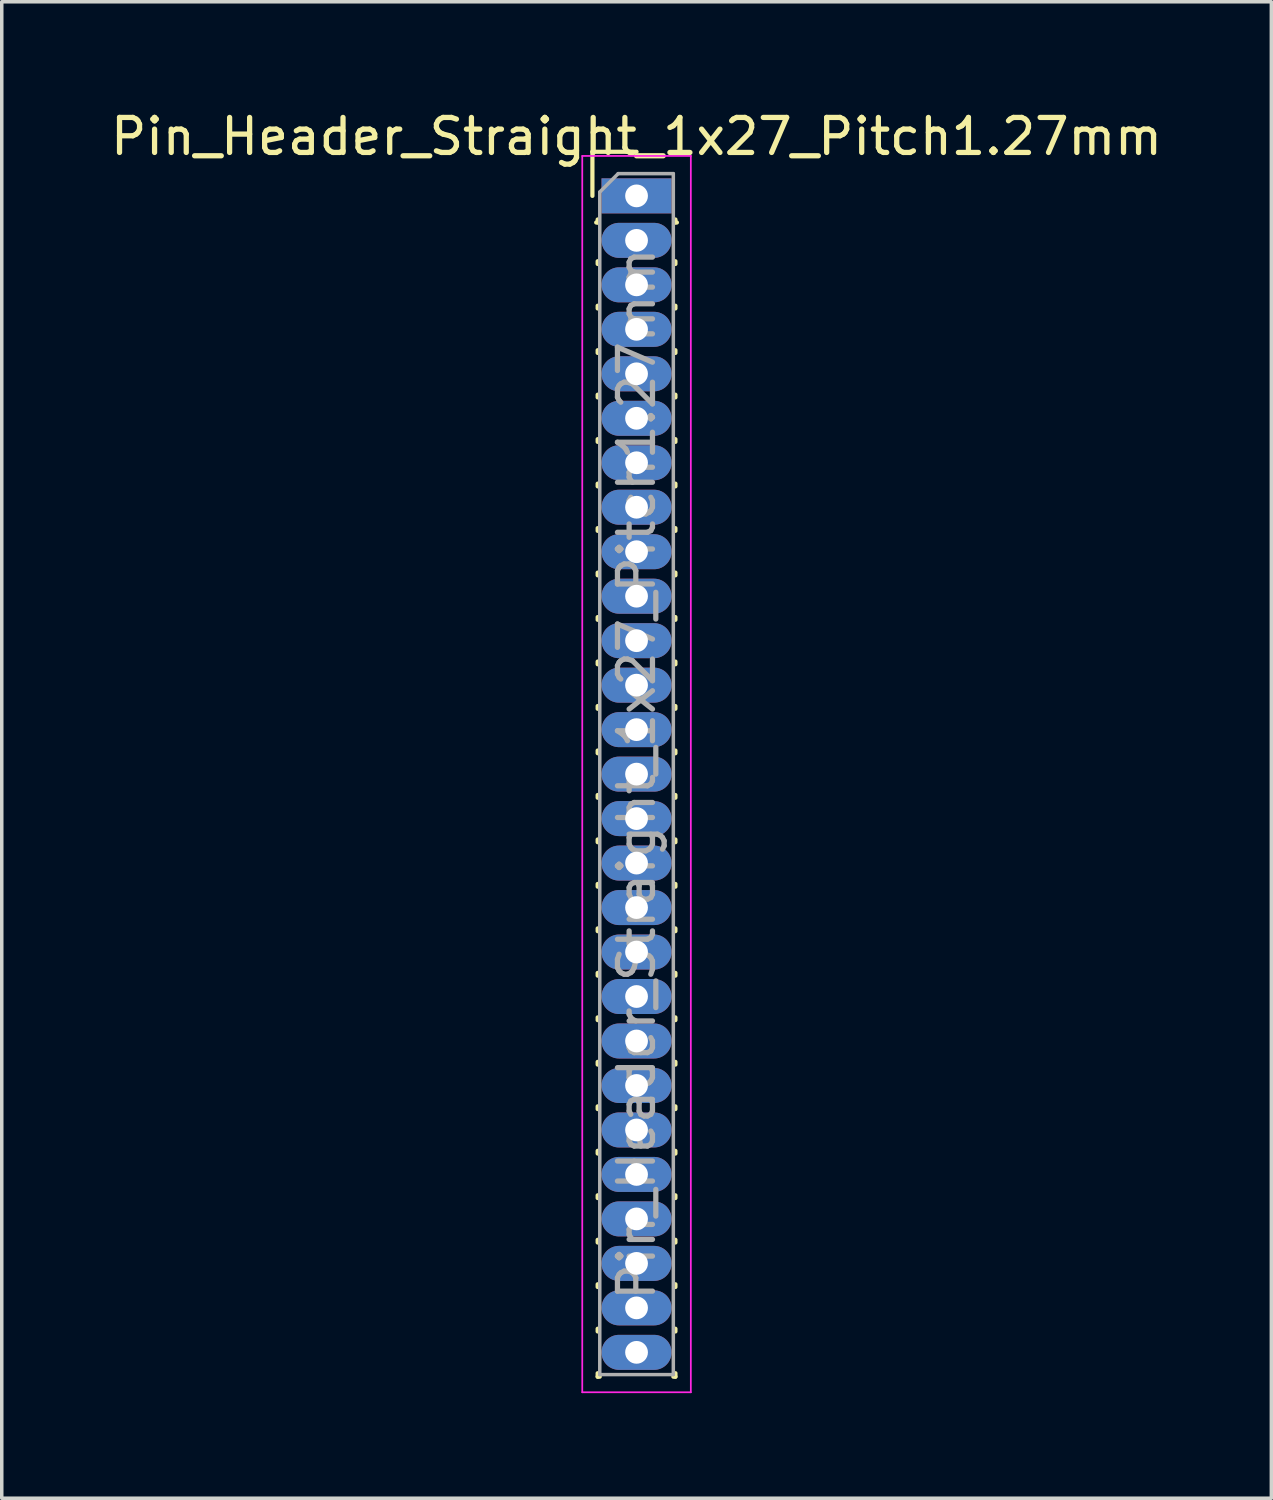
<source format=kicad_pcb>
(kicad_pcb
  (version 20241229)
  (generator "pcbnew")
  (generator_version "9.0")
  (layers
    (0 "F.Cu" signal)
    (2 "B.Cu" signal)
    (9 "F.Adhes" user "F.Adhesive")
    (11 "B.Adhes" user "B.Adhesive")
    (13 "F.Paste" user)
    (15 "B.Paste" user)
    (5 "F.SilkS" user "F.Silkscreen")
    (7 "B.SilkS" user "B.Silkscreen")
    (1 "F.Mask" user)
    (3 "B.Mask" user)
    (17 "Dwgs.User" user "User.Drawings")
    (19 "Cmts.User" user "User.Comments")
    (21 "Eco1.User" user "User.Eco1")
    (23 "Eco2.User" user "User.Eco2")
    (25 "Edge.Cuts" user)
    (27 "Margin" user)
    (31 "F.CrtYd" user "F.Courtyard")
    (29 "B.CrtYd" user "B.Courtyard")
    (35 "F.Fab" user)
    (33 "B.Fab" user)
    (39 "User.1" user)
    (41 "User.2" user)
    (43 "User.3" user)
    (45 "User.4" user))
  (footprint "Pin_Header_Straight_1x27_Pitch1.27mm"
    (layer "F.Cu")
    (at 15.125 2.543)
    (property "Reference" "Pin_Header_Straight_1x27_Pitch1.27mm" (at 0 -1.695 0) (layer "F.SilkS") (effects (font (size 1 1) (thickness 0.15))))
    (attr through_hole)
    (fp_line (start -1.26 -1.26) (end 0 -1.26) (stroke (width 0.12) (type solid)) (layer "F.SilkS"))
    (fp_line (start -1.26 0) (end -1.26 -1.26) (stroke (width 0.12) (type solid)) (layer "F.SilkS"))
    (fp_line (start -1.11 0.76) (end -1.152 0.76) (stroke (width 0.12) (type solid)) (layer "F.SilkS"))
    (fp_line (start -1.11 0.76) (end -1.11 0.674) (stroke (width 0.12) (type solid)) (layer "F.SilkS"))
    (fp_line (start -1.11 1.866) (end -1.11 1.944) (stroke (width 0.12) (type solid)) (layer "F.SilkS"))
    (fp_line (start -1.11 3.136) (end -1.11 3.214) (stroke (width 0.12) (type solid)) (layer "F.SilkS"))
    (fp_line (start -1.11 4.406) (end -1.11 4.484) (stroke (width 0.12) (type solid)) (layer "F.SilkS"))
    (fp_line (start -1.11 5.676) (end -1.11 5.754) (stroke (width 0.12) (type solid)) (layer "F.SilkS"))
    (fp_line (start -1.11 6.946) (end -1.11 7.024) (stroke (width 0.12) (type solid)) (layer "F.SilkS"))
    (fp_line (start -1.11 8.216) (end -1.11 8.294) (stroke (width 0.12) (type solid)) (layer "F.SilkS"))
    (fp_line (start -1.11 9.486) (end -1.11 9.564) (stroke (width 0.12) (type solid)) (layer "F.SilkS"))
    (fp_line (start -1.11 10.756) (end -1.11 10.834) (stroke (width 0.12) (type solid)) (layer "F.SilkS"))
    (fp_line (start -1.11 12.026) (end -1.11 12.104) (stroke (width 0.12) (type solid)) (layer "F.SilkS"))
    (fp_line (start -1.11 13.296) (end -1.11 13.374) (stroke (width 0.12) (type solid)) (layer "F.SilkS"))
    (fp_line (start -1.11 14.566) (end -1.11 14.644) (stroke (width 0.12) (type solid)) (layer "F.SilkS"))
    (fp_line (start -1.11 15.836) (end -1.11 15.914) (stroke (width 0.12) (type solid)) (layer "F.SilkS"))
    (fp_line (start -1.11 17.106) (end -1.11 17.184) (stroke (width 0.12) (type solid)) (layer "F.SilkS"))
    (fp_line (start -1.11 18.376) (end -1.11 18.454) (stroke (width 0.12) (type solid)) (layer "F.SilkS"))
    (fp_line (start -1.11 19.646) (end -1.11 19.724) (stroke (width 0.12) (type solid)) (layer "F.SilkS"))
    (fp_line (start -1.11 20.916) (end -1.11 20.994) (stroke (width 0.12) (type solid)) (layer "F.SilkS"))
    (fp_line (start -1.11 22.186) (end -1.11 22.264) (stroke (width 0.12) (type solid)) (layer "F.SilkS"))
    (fp_line (start -1.11 23.456) (end -1.11 23.534) (stroke (width 0.12) (type solid)) (layer "F.SilkS"))
    (fp_line (start -1.11 24.726) (end -1.11 24.804) (stroke (width 0.12) (type solid)) (layer "F.SilkS"))
    (fp_line (start -1.11 25.996) (end -1.11 26.074) (stroke (width 0.12) (type solid)) (layer "F.SilkS"))
    (fp_line (start -1.11 27.266) (end -1.11 27.344) (stroke (width 0.12) (type solid)) (layer "F.SilkS"))
    (fp_line (start -1.11 28.536) (end -1.11 28.614) (stroke (width 0.12) (type solid)) (layer "F.SilkS"))
    (fp_line (start -1.11 29.806) (end -1.11 29.884) (stroke (width 0.12) (type solid)) (layer "F.SilkS"))
    (fp_line (start -1.11 31.076) (end -1.11 31.154) (stroke (width 0.12) (type solid)) (layer "F.SilkS"))
    (fp_line (start -1.11 32.346) (end -1.11 32.424) (stroke (width 0.12) (type solid)) (layer "F.SilkS"))
    (fp_line (start -1.11 33.616) (end -1.11 33.715) (stroke (width 0.12) (type solid)) (layer "F.SilkS"))
    (fp_line (start -1.11 33.715) (end -1.051 33.715) (stroke (width 0.12) (type solid)) (layer "F.SilkS"))
    (fp_line (start 1.051 33.715) (end 1.11 33.715) (stroke (width 0.12) (type solid)) (layer "F.SilkS"))
    (fp_line (start 1.11 0.76) (end 1.11 0.674) (stroke (width 0.12) (type solid)) (layer "F.SilkS"))
    (fp_line (start 1.11 1.866) (end 1.11 1.944) (stroke (width 0.12) (type solid)) (layer "F.SilkS"))
    (fp_line (start 1.11 3.136) (end 1.11 3.214) (stroke (width 0.12) (type solid)) (layer "F.SilkS"))
    (fp_line (start 1.11 4.406) (end 1.11 4.484) (stroke (width 0.12) (type solid)) (layer "F.SilkS"))
    (fp_line (start 1.11 5.676) (end 1.11 5.754) (stroke (width 0.12) (type solid)) (layer "F.SilkS"))
    (fp_line (start 1.11 6.946) (end 1.11 7.024) (stroke (width 0.12) (type solid)) (layer "F.SilkS"))
    (fp_line (start 1.11 8.216) (end 1.11 8.294) (stroke (width 0.12) (type solid)) (layer "F.SilkS"))
    (fp_line (start 1.11 9.486) (end 1.11 9.564) (stroke (width 0.12) (type solid)) (layer "F.SilkS"))
    (fp_line (start 1.11 10.756) (end 1.11 10.834) (stroke (width 0.12) (type solid)) (layer "F.SilkS"))
    (fp_line (start 1.11 12.026) (end 1.11 12.104) (stroke (width 0.12) (type solid)) (layer "F.SilkS"))
    (fp_line (start 1.11 13.296) (end 1.11 13.374) (stroke (width 0.12) (type solid)) (layer "F.SilkS"))
    (fp_line (start 1.11 14.566) (end 1.11 14.644) (stroke (width 0.12) (type solid)) (layer "F.SilkS"))
    (fp_line (start 1.11 15.836) (end 1.11 15.914) (stroke (width 0.12) (type solid)) (layer "F.SilkS"))
    (fp_line (start 1.11 17.106) (end 1.11 17.184) (stroke (width 0.12) (type solid)) (layer "F.SilkS"))
    (fp_line (start 1.11 18.376) (end 1.11 18.454) (stroke (width 0.12) (type solid)) (layer "F.SilkS"))
    (fp_line (start 1.11 19.646) (end 1.11 19.724) (stroke (width 0.12) (type solid)) (layer "F.SilkS"))
    (fp_line (start 1.11 20.916) (end 1.11 20.994) (stroke (width 0.12) (type solid)) (layer "F.SilkS"))
    (fp_line (start 1.11 22.186) (end 1.11 22.264) (stroke (width 0.12) (type solid)) (layer "F.SilkS"))
    (fp_line (start 1.11 23.456) (end 1.11 23.534) (stroke (width 0.12) (type solid)) (layer "F.SilkS"))
    (fp_line (start 1.11 24.726) (end 1.11 24.804) (stroke (width 0.12) (type solid)) (layer "F.SilkS"))
    (fp_line (start 1.11 25.996) (end 1.11 26.074) (stroke (width 0.12) (type solid)) (layer "F.SilkS"))
    (fp_line (start 1.11 27.266) (end 1.11 27.344) (stroke (width 0.12) (type solid)) (layer "F.SilkS"))
    (fp_line (start 1.11 28.536) (end 1.11 28.614) (stroke (width 0.12) (type solid)) (layer "F.SilkS"))
    (fp_line (start 1.11 29.806) (end 1.11 29.884) (stroke (width 0.12) (type solid)) (layer "F.SilkS"))
    (fp_line (start 1.11 31.076) (end 1.11 31.154) (stroke (width 0.12) (type solid)) (layer "F.SilkS"))
    (fp_line (start 1.11 32.346) (end 1.11 32.424) (stroke (width 0.12) (type solid)) (layer "F.SilkS"))
    (fp_line (start 1.11 33.616) (end 1.11 33.715) (stroke (width 0.12) (type solid)) (layer "F.SilkS"))
    (fp_line (start 1.152 0.76) (end 1.11 0.76) (stroke (width 0.12) (type solid)) (layer "F.SilkS"))
    (fp_line (start -1.55 -1.14) (end -1.55 34.16) (stroke (width 0.05) (type solid)) (layer "F.CrtYd"))
    (fp_line (start -1.55 34.16) (end 1.55 34.16) (stroke (width 0.05) (type solid)) (layer "F.CrtYd"))
    (fp_line (start 1.55 -1.14) (end -1.55 -1.14) (stroke (width 0.05) (type solid)) (layer "F.CrtYd"))
    (fp_line (start 1.55 34.16) (end 1.55 -1.14) (stroke (width 0.05) (type solid)) (layer "F.CrtYd"))
    (fp_line (start -1.05 -0.11) (end -0.525 -0.635) (stroke (width 0.1) (type solid)) (layer "F.Fab"))
    (fp_line (start -1.05 33.655) (end -1.05 -0.11) (stroke (width 0.1) (type solid)) (layer "F.Fab"))
    (fp_line (start -0.525 -0.635) (end 1.05 -0.635) (stroke (width 0.1) (type solid)) (layer "F.Fab"))
    (fp_line (start 1.05 -0.635) (end 1.05 33.655) (stroke (width 0.1) (type solid)) (layer "F.Fab"))
    (fp_line (start 1.05 33.655) (end -1.05 33.655) (stroke (width 0.1) (type solid)) (layer "F.Fab"))
    (fp_text user "${REFERENCE}" (at 0 16.51 90) (layer "F.Fab") (effects (font (size 1 1) (thickness 0.15))))
    (pad "1" thru_hole rect (at 0 0) (size 2 1) (drill 0.65) (layers "*.Cu" "*.Mask"))
    (pad "2" thru_hole oval (at 0 1.27) (size 2 1) (drill 0.65) (layers "*.Cu" "*.Mask"))
    (pad "3" thru_hole oval (at 0 2.54) (size 2 1) (drill 0.65) (layers "*.Cu" "*.Mask"))
    (pad "4" thru_hole oval (at 0 3.81) (size 2 1) (drill 0.65) (layers "*.Cu" "*.Mask"))
    (pad "5" thru_hole oval (at 0 5.08) (size 2 1) (drill 0.65) (layers "*.Cu" "*.Mask"))
    (pad "6" thru_hole oval (at 0 6.35) (size 2 1) (drill 0.65) (layers "*.Cu" "*.Mask"))
    (pad "7" thru_hole oval (at 0 7.62) (size 2 1) (drill 0.65) (layers "*.Cu" "*.Mask"))
    (pad "8" thru_hole oval (at 0 8.89) (size 2 1) (drill 0.65) (layers "*.Cu" "*.Mask"))
    (pad "9" thru_hole oval (at 0 10.16) (size 2 1) (drill 0.65) (layers "*.Cu" "*.Mask"))
    (pad "10" thru_hole oval (at 0 11.43) (size 2 1) (drill 0.65) (layers "*.Cu" "*.Mask"))
    (pad "11" thru_hole oval (at 0 12.7) (size 2 1) (drill 0.65) (layers "*.Cu" "*.Mask"))
    (pad "12" thru_hole oval (at 0 13.97) (size 2 1) (drill 0.65) (layers "*.Cu" "*.Mask"))
    (pad "13" thru_hole oval (at 0 15.24) (size 2 1) (drill 0.65) (layers "*.Cu" "*.Mask"))
    (pad "14" thru_hole oval (at 0 16.51) (size 2 1) (drill 0.65) (layers "*.Cu" "*.Mask"))
    (pad "15" thru_hole oval (at 0 17.78) (size 2 1) (drill 0.65) (layers "*.Cu" "*.Mask"))
    (pad "16" thru_hole oval (at 0 19.05) (size 2 1) (drill 0.65) (layers "*.Cu" "*.Mask"))
    (pad "17" thru_hole oval (at 0 20.32) (size 2 1) (drill 0.65) (layers "*.Cu" "*.Mask"))
    (pad "18" thru_hole oval (at 0 21.59) (size 2 1) (drill 0.65) (layers "*.Cu" "*.Mask"))
    (pad "19" thru_hole oval (at 0 22.86) (size 2 1) (drill 0.65) (layers "*.Cu" "*.Mask"))
    (pad "20" thru_hole oval (at 0 24.13) (size 2 1) (drill 0.65) (layers "*.Cu" "*.Mask"))
    (pad "21" thru_hole oval (at 0 25.4) (size 2 1) (drill 0.65) (layers "*.Cu" "*.Mask"))
    (pad "22" thru_hole oval (at 0 26.67) (size 2 1) (drill 0.65) (layers "*.Cu" "*.Mask"))
    (pad "23" thru_hole oval (at 0 27.94) (size 2 1) (drill 0.65) (layers "*.Cu" "*.Mask"))
    (pad "24" thru_hole oval (at 0 29.21) (size 2 1) (drill 0.65) (layers "*.Cu" "*.Mask"))
    (pad "25" thru_hole oval (at 0 30.48) (size 2 1) (drill 0.65) (layers "*.Cu" "*.Mask"))
    (pad "26" thru_hole oval (at 0 31.75) (size 2 1) (drill 0.65) (layers "*.Cu" "*.Mask"))
    (pad "27" thru_hole oval (at 0 33.02) (size 2 1) (drill 0.65) (layers "*.Cu" "*.Mask")))
  (gr_rect
    (start -3 -3)
    (end 33.25 39.728)
    (stroke (width 0.1) (type default))
    (fill no)
    (layer "Edge.Cuts")))
</source>
